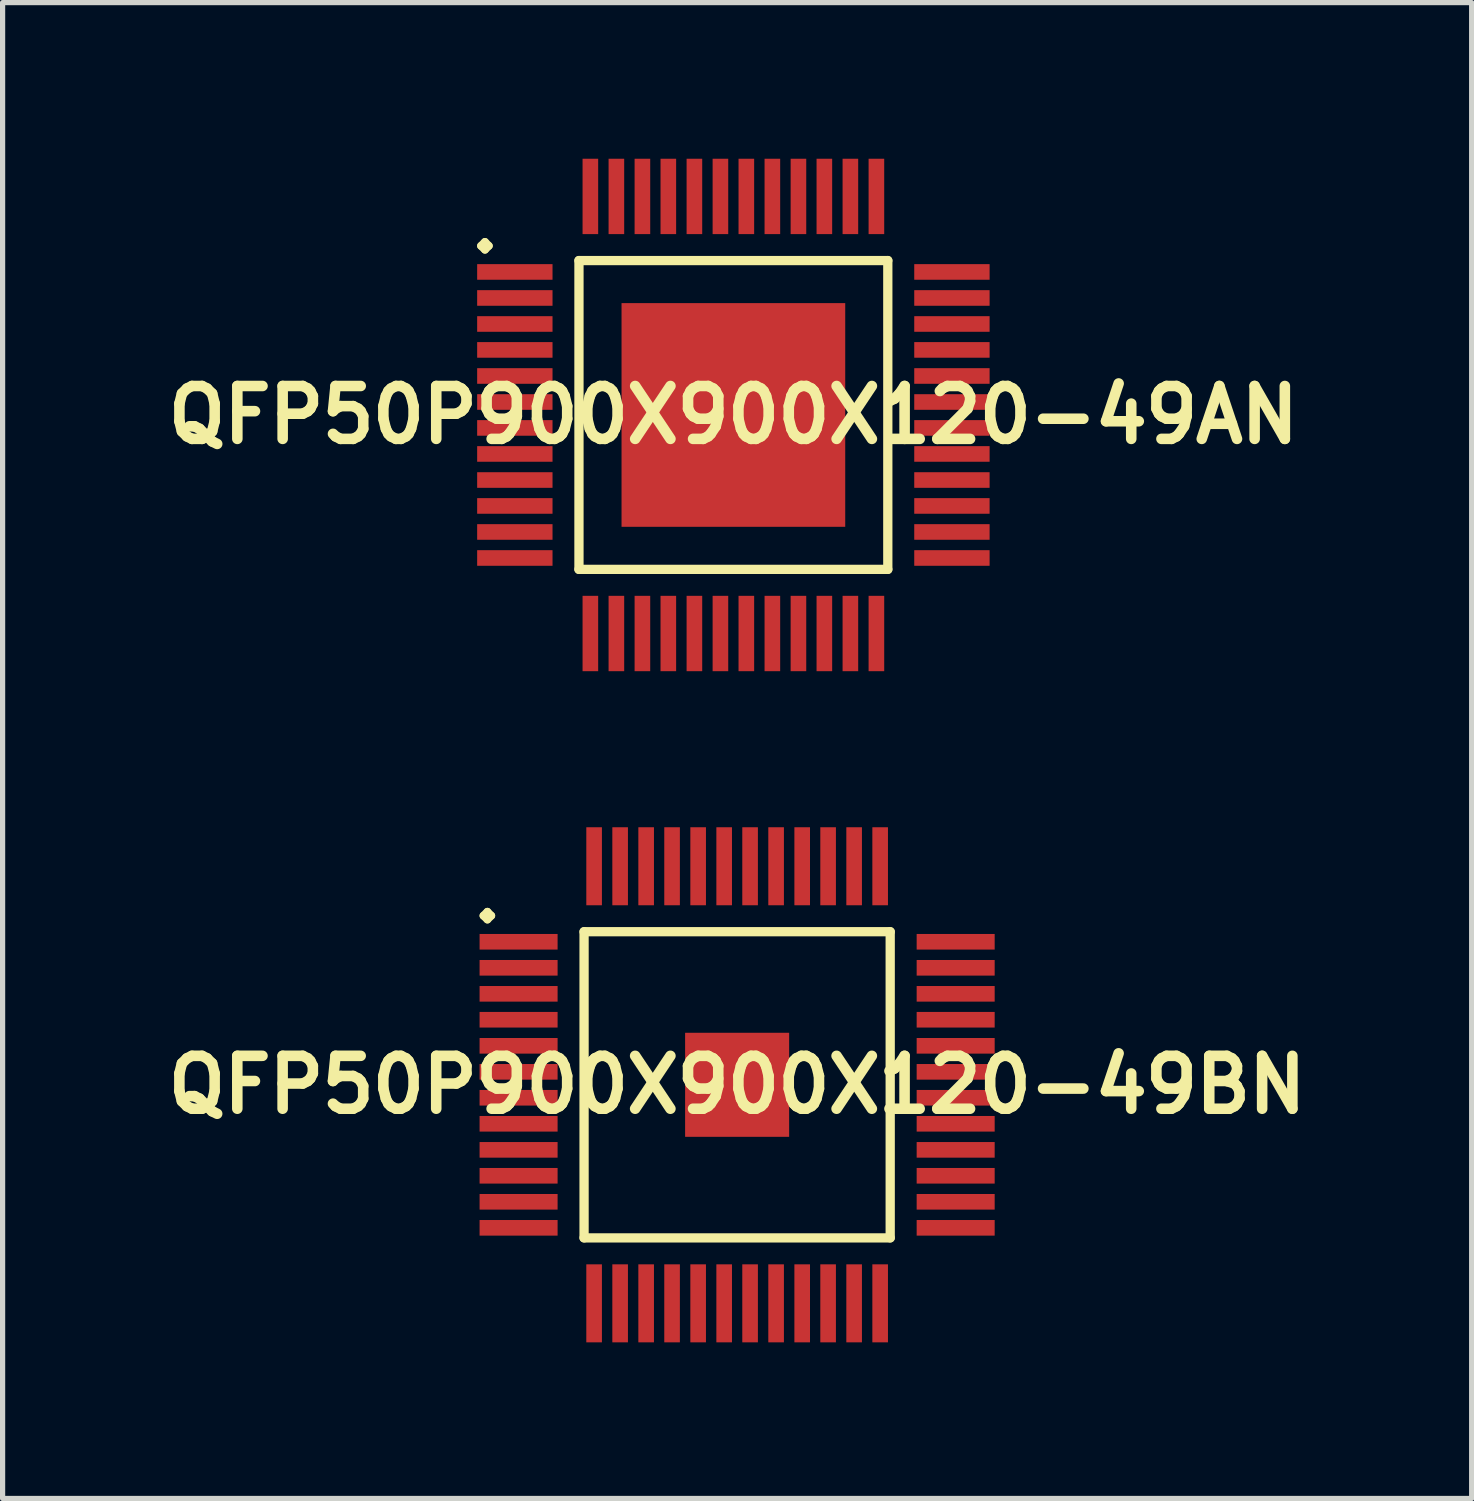
<source format=kicad_pcb>
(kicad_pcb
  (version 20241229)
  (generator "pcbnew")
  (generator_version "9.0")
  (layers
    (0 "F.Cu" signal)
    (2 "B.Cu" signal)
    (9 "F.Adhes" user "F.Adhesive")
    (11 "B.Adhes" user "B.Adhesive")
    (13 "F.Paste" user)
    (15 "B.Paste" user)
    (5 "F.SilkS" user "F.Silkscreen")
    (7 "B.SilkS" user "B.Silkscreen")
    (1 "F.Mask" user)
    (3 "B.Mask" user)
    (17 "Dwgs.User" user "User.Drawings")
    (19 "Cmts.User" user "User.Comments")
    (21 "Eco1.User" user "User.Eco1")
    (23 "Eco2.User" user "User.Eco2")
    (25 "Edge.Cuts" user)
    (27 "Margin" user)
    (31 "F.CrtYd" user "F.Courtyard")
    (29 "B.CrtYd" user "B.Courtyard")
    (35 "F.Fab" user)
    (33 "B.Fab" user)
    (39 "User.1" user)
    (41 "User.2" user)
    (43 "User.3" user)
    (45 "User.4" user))
  (footprint "QFP50P900X900X120-49BN"
    (layer "F.Cu")
    (at 11.113 17.793)
    (property "Reference" "QFP50P900X900X120-49BN" (at 0 0 0) (layer "F.SilkS") (effects (font (size 1.016 1.016) (thickness 0.203))))
    (attr smd)
    (fp_line (start -4.874 -3.249) (end -4.798 -3.325) (stroke (width 0.15) (type solid)) (layer "F.SilkS"))
    (fp_line (start -4.798 -3.325) (end -4.724 -3.249) (stroke (width 0.15) (type solid)) (layer "F.SilkS"))
    (fp_line (start -4.798 -3.175) (end -4.874 -3.249) (stroke (width 0.15) (type solid)) (layer "F.SilkS"))
    (fp_line (start -4.724 -3.249) (end -4.798 -3.175) (stroke (width 0.15) (type solid)) (layer "F.SilkS"))
    (fp_line (start -2.941 -2.941) (end -2.941 2.941) (stroke (width 0.178) (type solid)) (layer "F.SilkS"))
    (fp_line (start -2.941 2.941) (end 2.941 2.941) (stroke (width 0.178) (type solid)) (layer "F.SilkS"))
    (fp_line (start 2.941 -2.941) (end -2.941 -2.941) (stroke (width 0.178) (type solid)) (layer "F.SilkS"))
    (fp_line (start 2.941 2.941) (end 2.941 -2.941) (stroke (width 0.178) (type solid)) (layer "F.SilkS"))
    (pad "1" smd rect (at -4.199 -2.748) (size 1.499 0.3) (layers "F.Cu" "F.Mask" "F.Paste"))
    (pad "2" smd rect (at -4.199 -2.248) (size 1.499 0.3) (layers "F.Cu" "F.Mask" "F.Paste"))
    (pad "3" smd rect (at -4.199 -1.748) (size 1.499 0.3) (layers "F.Cu" "F.Mask" "F.Paste"))
    (pad "4" smd rect (at -4.199 -1.25) (size 1.499 0.3) (layers "F.Cu" "F.Mask" "F.Paste"))
    (pad "5" smd rect (at -4.199 -0.749) (size 1.499 0.3) (layers "F.Cu" "F.Mask" "F.Paste"))
    (pad "6" smd rect (at -4.199 -0.249) (size 1.499 0.3) (layers "F.Cu" "F.Mask" "F.Paste"))
    (pad "7" smd rect (at -4.199 0.249) (size 1.499 0.3) (layers "F.Cu" "F.Mask" "F.Paste"))
    (pad "8" smd rect (at -4.199 0.749) (size 1.499 0.3) (layers "F.Cu" "F.Mask" "F.Paste"))
    (pad "9" smd rect (at -4.199 1.25) (size 1.499 0.3) (layers "F.Cu" "F.Mask" "F.Paste"))
    (pad "10" smd rect (at -4.199 1.748) (size 1.499 0.3) (layers "F.Cu" "F.Mask" "F.Paste"))
    (pad "11" smd rect (at -4.199 2.248) (size 1.499 0.3) (layers "F.Cu" "F.Mask" "F.Paste"))
    (pad "12" smd rect (at -4.199 2.748) (size 1.499 0.3) (layers "F.Cu" "F.Mask" "F.Paste"))
    (pad "13" smd rect (at -2.748 4.199) (size 0.3 1.499) (layers "F.Cu" "F.Mask" "F.Paste"))
    (pad "14" smd rect (at -2.248 4.199) (size 0.3 1.499) (layers "F.Cu" "F.Mask" "F.Paste"))
    (pad "15" smd rect (at -1.748 4.199) (size 0.3 1.499) (layers "F.Cu" "F.Mask" "F.Paste"))
    (pad "16" smd rect (at -1.25 4.199) (size 0.3 1.499) (layers "F.Cu" "F.Mask" "F.Paste"))
    (pad "17" smd rect (at -0.749 4.199) (size 0.3 1.499) (layers "F.Cu" "F.Mask" "F.Paste"))
    (pad "18" smd rect (at -0.249 4.199) (size 0.3 1.499) (layers "F.Cu" "F.Mask" "F.Paste"))
    (pad "19" smd rect (at 0.249 4.199) (size 0.3 1.499) (layers "F.Cu" "F.Mask" "F.Paste"))
    (pad "20" smd rect (at 0.749 4.199) (size 0.3 1.499) (layers "F.Cu" "F.Mask" "F.Paste"))
    (pad "21" smd rect (at 1.25 4.199) (size 0.3 1.499) (layers "F.Cu" "F.Mask" "F.Paste"))
    (pad "22" smd rect (at 1.748 4.199) (size 0.3 1.499) (layers "F.Cu" "F.Mask" "F.Paste"))
    (pad "23" smd rect (at 2.248 4.199) (size 0.3 1.499) (layers "F.Cu" "F.Mask" "F.Paste"))
    (pad "24" smd rect (at 2.748 4.199) (size 0.3 1.499) (layers "F.Cu" "F.Mask" "F.Paste"))
    (pad "25" smd rect (at 4.199 2.748) (size 1.499 0.3) (layers "F.Cu" "F.Mask" "F.Paste"))
    (pad "26" smd rect (at 4.199 2.248) (size 1.499 0.3) (layers "F.Cu" "F.Mask" "F.Paste"))
    (pad "27" smd rect (at 4.199 1.748) (size 1.499 0.3) (layers "F.Cu" "F.Mask" "F.Paste"))
    (pad "28" smd rect (at 4.199 1.25) (size 1.499 0.3) (layers "F.Cu" "F.Mask" "F.Paste"))
    (pad "29" smd rect (at 4.199 0.749) (size 1.499 0.3) (layers "F.Cu" "F.Mask" "F.Paste"))
    (pad "30" smd rect (at 4.199 0.249) (size 1.499 0.3) (layers "F.Cu" "F.Mask" "F.Paste"))
    (pad "31" smd rect (at 4.199 -0.249) (size 1.499 0.3) (layers "F.Cu" "F.Mask" "F.Paste"))
    (pad "32" smd rect (at 4.199 -0.749) (size 1.499 0.3) (layers "F.Cu" "F.Mask" "F.Paste"))
    (pad "33" smd rect (at 4.199 -1.25) (size 1.499 0.3) (layers "F.Cu" "F.Mask" "F.Paste"))
    (pad "34" smd rect (at 4.199 -1.748) (size 1.499 0.3) (layers "F.Cu" "F.Mask" "F.Paste"))
    (pad "35" smd rect (at 4.199 -2.248) (size 1.499 0.3) (layers "F.Cu" "F.Mask" "F.Paste"))
    (pad "36" smd rect (at 4.199 -2.748) (size 1.499 0.3) (layers "F.Cu" "F.Mask" "F.Paste"))
    (pad "37" smd rect (at 2.748 -4.199) (size 0.3 1.499) (layers "F.Cu" "F.Mask" "F.Paste"))
    (pad "38" smd rect (at 2.248 -4.199) (size 0.3 1.499) (layers "F.Cu" "F.Mask" "F.Paste"))
    (pad "39" smd rect (at 1.748 -4.199) (size 0.3 1.499) (layers "F.Cu" "F.Mask" "F.Paste"))
    (pad "40" smd rect (at 1.25 -4.199) (size 0.3 1.499) (layers "F.Cu" "F.Mask" "F.Paste"))
    (pad "41" smd rect (at 0.749 -4.199) (size 0.3 1.499) (layers "F.Cu" "F.Mask" "F.Paste"))
    (pad "42" smd rect (at 0.249 -4.199) (size 0.3 1.499) (layers "F.Cu" "F.Mask" "F.Paste"))
    (pad "43" smd rect (at -0.249 -4.199) (size 0.3 1.499) (layers "F.Cu" "F.Mask" "F.Paste"))
    (pad "44" smd rect (at -0.749 -4.199) (size 0.3 1.499) (layers "F.Cu" "F.Mask" "F.Paste"))
    (pad "45" smd rect (at -1.25 -4.199) (size 0.3 1.499) (layers "F.Cu" "F.Mask" "F.Paste"))
    (pad "46" smd rect (at -1.748 -4.199) (size 0.3 1.499) (layers "F.Cu" "F.Mask" "F.Paste"))
    (pad "47" smd rect (at -2.248 -4.199) (size 0.3 1.499) (layers "F.Cu" "F.Mask" "F.Paste"))
    (pad "48" smd rect (at -2.748 -4.199) (size 0.3 1.499) (layers "F.Cu" "F.Mask" "F.Paste"))
    (pad "49" smd rect (at 0 0) (size 1.999 1.999) (layers "F.Cu" "F.Mask" "F.Paste")))
  (footprint "QFP50P900X900X120-49AN"
    (layer "F.Cu")
    (at 11.041 4.923)
    (property "Reference" "QFP50P900X900X120-49AN" (at 0 0 0) (layer "F.SilkS") (effects (font (size 1.016 1.016) (thickness 0.203))))
    (attr smd)
    (fp_line (start -4.849 -3.249) (end -4.773 -3.325) (stroke (width 0.15) (type solid)) (layer "F.SilkS"))
    (fp_line (start -4.773 -3.325) (end -4.699 -3.249) (stroke (width 0.15) (type solid)) (layer "F.SilkS"))
    (fp_line (start -4.773 -3.175) (end -4.849 -3.249) (stroke (width 0.15) (type solid)) (layer "F.SilkS"))
    (fp_line (start -4.699 -3.249) (end -4.773 -3.175) (stroke (width 0.15) (type solid)) (layer "F.SilkS"))
    (fp_line (start -2.967 -2.967) (end -2.967 2.967) (stroke (width 0.178) (type solid)) (layer "F.SilkS"))
    (fp_line (start -2.967 2.967) (end 2.967 2.967) (stroke (width 0.178) (type solid)) (layer "F.SilkS"))
    (fp_line (start 2.967 -2.967) (end -2.967 -2.967) (stroke (width 0.178) (type solid)) (layer "F.SilkS"))
    (fp_line (start 2.967 2.967) (end 2.967 -2.967) (stroke (width 0.178) (type solid)) (layer "F.SilkS"))
    (pad "1" smd rect (at -4.199 -2.748) (size 1.448 0.3) (layers "F.Cu" "F.Mask" "F.Paste"))
    (pad "2" smd rect (at -4.199 -2.248) (size 1.448 0.3) (layers "F.Cu" "F.Mask" "F.Paste"))
    (pad "3" smd rect (at -4.199 -1.748) (size 1.448 0.3) (layers "F.Cu" "F.Mask" "F.Paste"))
    (pad "4" smd rect (at -4.199 -1.25) (size 1.448 0.3) (layers "F.Cu" "F.Mask" "F.Paste"))
    (pad "5" smd rect (at -4.199 -0.749) (size 1.448 0.3) (layers "F.Cu" "F.Mask" "F.Paste"))
    (pad "6" smd rect (at -4.199 -0.249) (size 1.448 0.3) (layers "F.Cu" "F.Mask" "F.Paste"))
    (pad "7" smd rect (at -4.199 0.249) (size 1.448 0.3) (layers "F.Cu" "F.Mask" "F.Paste"))
    (pad "8" smd rect (at -4.199 0.749) (size 1.448 0.3) (layers "F.Cu" "F.Mask" "F.Paste"))
    (pad "9" smd rect (at -4.199 1.25) (size 1.448 0.3) (layers "F.Cu" "F.Mask" "F.Paste"))
    (pad "10" smd rect (at -4.199 1.748) (size 1.448 0.3) (layers "F.Cu" "F.Mask" "F.Paste"))
    (pad "11" smd rect (at -4.199 2.248) (size 1.448 0.3) (layers "F.Cu" "F.Mask" "F.Paste"))
    (pad "12" smd rect (at -4.199 2.748) (size 1.448 0.3) (layers "F.Cu" "F.Mask" "F.Paste"))
    (pad "13" smd rect (at -2.748 4.199) (size 0.3 1.448) (layers "F.Cu" "F.Mask" "F.Paste"))
    (pad "14" smd rect (at -2.248 4.199) (size 0.3 1.448) (layers "F.Cu" "F.Mask" "F.Paste"))
    (pad "15" smd rect (at -1.748 4.199) (size 0.3 1.448) (layers "F.Cu" "F.Mask" "F.Paste"))
    (pad "16" smd rect (at -1.25 4.199) (size 0.3 1.448) (layers "F.Cu" "F.Mask" "F.Paste"))
    (pad "17" smd rect (at -0.749 4.199) (size 0.3 1.448) (layers "F.Cu" "F.Mask" "F.Paste"))
    (pad "18" smd rect (at -0.249 4.199) (size 0.3 1.448) (layers "F.Cu" "F.Mask" "F.Paste"))
    (pad "19" smd rect (at 0.249 4.199) (size 0.3 1.448) (layers "F.Cu" "F.Mask" "F.Paste"))
    (pad "20" smd rect (at 0.749 4.199) (size 0.3 1.448) (layers "F.Cu" "F.Mask" "F.Paste"))
    (pad "21" smd rect (at 1.25 4.199) (size 0.3 1.448) (layers "F.Cu" "F.Mask" "F.Paste"))
    (pad "22" smd rect (at 1.748 4.199) (size 0.3 1.448) (layers "F.Cu" "F.Mask" "F.Paste"))
    (pad "23" smd rect (at 2.248 4.199) (size 0.3 1.448) (layers "F.Cu" "F.Mask" "F.Paste"))
    (pad "24" smd rect (at 2.748 4.199) (size 0.3 1.448) (layers "F.Cu" "F.Mask" "F.Paste"))
    (pad "25" smd rect (at 4.199 2.748) (size 1.448 0.3) (layers "F.Cu" "F.Mask" "F.Paste"))
    (pad "26" smd rect (at 4.199 2.248) (size 1.448 0.3) (layers "F.Cu" "F.Mask" "F.Paste"))
    (pad "27" smd rect (at 4.199 1.748) (size 1.448 0.3) (layers "F.Cu" "F.Mask" "F.Paste"))
    (pad "28" smd rect (at 4.199 1.25) (size 1.448 0.3) (layers "F.Cu" "F.Mask" "F.Paste"))
    (pad "29" smd rect (at 4.199 0.749) (size 1.448 0.3) (layers "F.Cu" "F.Mask" "F.Paste"))
    (pad "30" smd rect (at 4.199 0.249) (size 1.448 0.3) (layers "F.Cu" "F.Mask" "F.Paste"))
    (pad "31" smd rect (at 4.199 -0.249) (size 1.448 0.3) (layers "F.Cu" "F.Mask" "F.Paste"))
    (pad "32" smd rect (at 4.199 -0.749) (size 1.448 0.3) (layers "F.Cu" "F.Mask" "F.Paste"))
    (pad "33" smd rect (at 4.199 -1.25) (size 1.448 0.3) (layers "F.Cu" "F.Mask" "F.Paste"))
    (pad "34" smd rect (at 4.199 -1.748) (size 1.448 0.3) (layers "F.Cu" "F.Mask" "F.Paste"))
    (pad "35" smd rect (at 4.199 -2.248) (size 1.448 0.3) (layers "F.Cu" "F.Mask" "F.Paste"))
    (pad "36" smd rect (at 4.199 -2.748) (size 1.448 0.3) (layers "F.Cu" "F.Mask" "F.Paste"))
    (pad "37" smd rect (at 2.748 -4.199) (size 0.3 1.448) (layers "F.Cu" "F.Mask" "F.Paste"))
    (pad "38" smd rect (at 2.248 -4.199) (size 0.3 1.448) (layers "F.Cu" "F.Mask" "F.Paste"))
    (pad "39" smd rect (at 1.748 -4.199) (size 0.3 1.448) (layers "F.Cu" "F.Mask" "F.Paste"))
    (pad "40" smd rect (at 1.25 -4.199) (size 0.3 1.448) (layers "F.Cu" "F.Mask" "F.Paste"))
    (pad "41" smd rect (at 0.749 -4.199) (size 0.3 1.448) (layers "F.Cu" "F.Mask" "F.Paste"))
    (pad "42" smd rect (at 0.249 -4.199) (size 0.3 1.448) (layers "F.Cu" "F.Mask" "F.Paste"))
    (pad "43" smd rect (at -0.249 -4.199) (size 0.3 1.448) (layers "F.Cu" "F.Mask" "F.Paste"))
    (pad "44" smd rect (at -0.749 -4.199) (size 0.3 1.448) (layers "F.Cu" "F.Mask" "F.Paste"))
    (pad "45" smd rect (at -1.25 -4.199) (size 0.3 1.448) (layers "F.Cu" "F.Mask" "F.Paste"))
    (pad "46" smd rect (at -1.748 -4.199) (size 0.3 1.448) (layers "F.Cu" "F.Mask" "F.Paste"))
    (pad "47" smd rect (at -2.248 -4.199) (size 0.3 1.448) (layers "F.Cu" "F.Mask" "F.Paste"))
    (pad "48" smd rect (at -2.748 -4.199) (size 0.3 1.448) (layers "F.Cu" "F.Mask" "F.Paste"))
    (pad "49" smd rect (at 0 0) (size 4.298 4.298) (layers "F.Cu" "F.Mask" "F.Paste")))
  (gr_rect
    (start -3 -3)
    (end 25.226 25.741)
    (stroke (width 0.1) (type default))
    (fill no)
    (layer "Edge.Cuts")))
</source>
